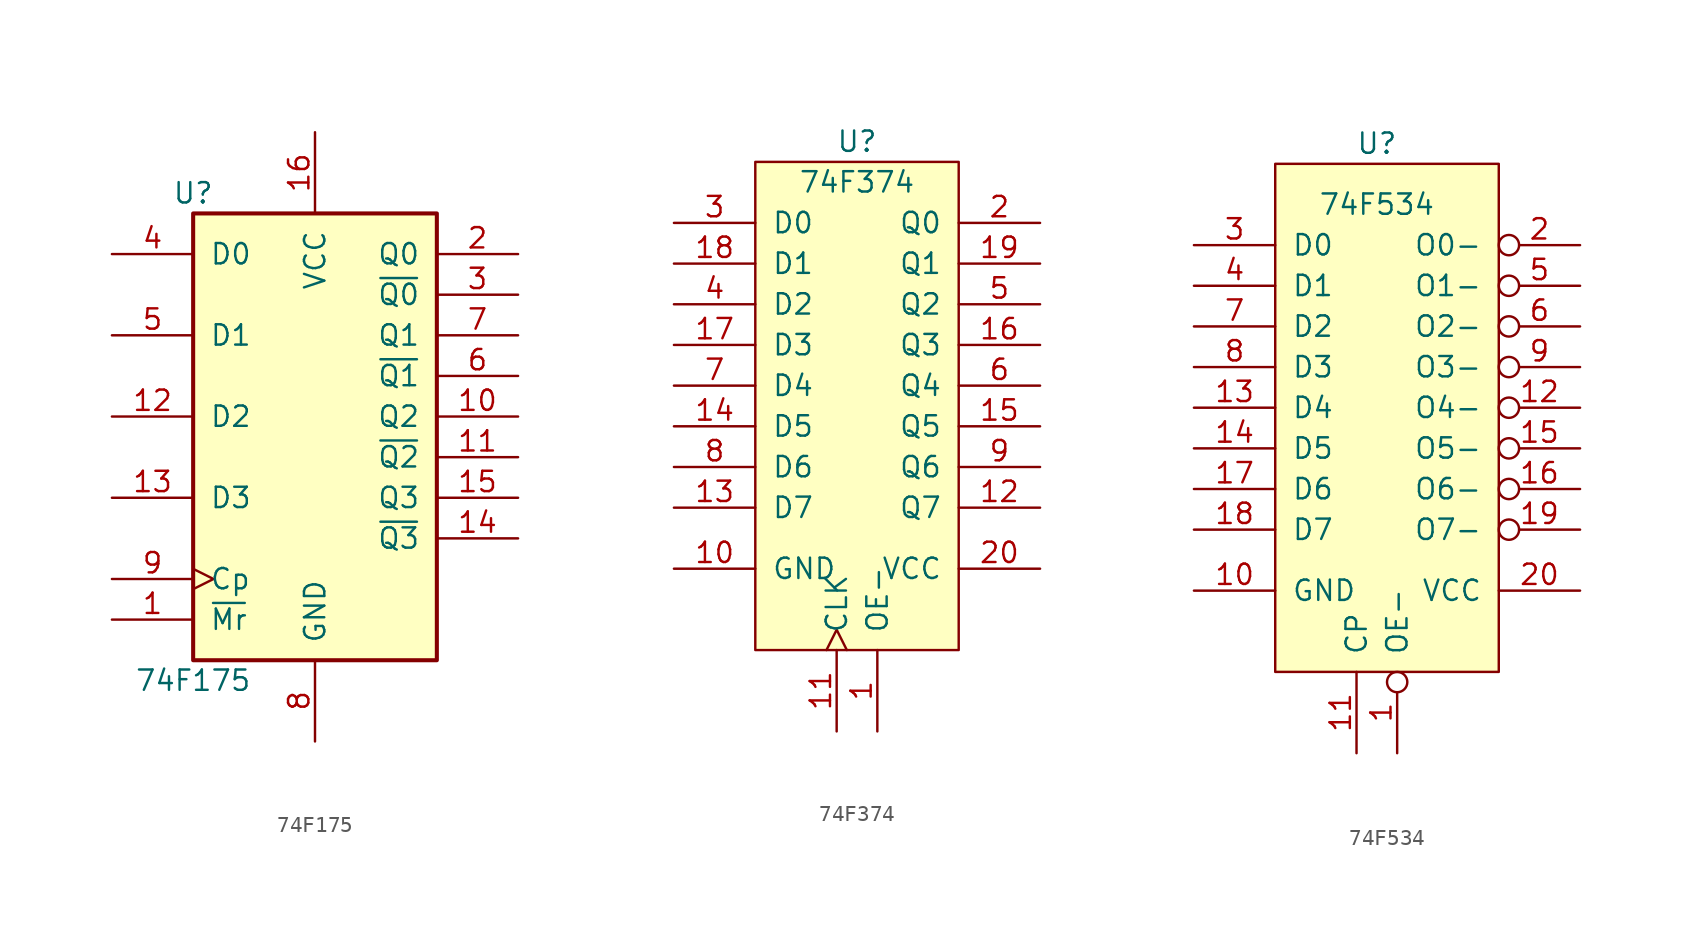
<source format=kicad_sym>
(kicad_symbol_lib
  (version 20231120)
  (generator "kicad_symbol_editor")
  (generator_version "8.0")
  (symbol "74F175"
    (pin_names
      (offset 1.016))
    (property "Reference" "U"
      (at -7.62 13.97 0)
      (effects (font (size 1.27 1.27))))
    (property "Value" "74F175"
      (at -7.62 -16.51 0)
      (effects (font (size 1.27 1.27))))
    (symbol "74F175_1_0"
      (pin input line (at -12.7 -12.7 0) (length 5.08) (name "~{Mr}" (effects (font (size 1.27 1.27)))) (number "1" (effects (font (size 1.27 1.27)))))
      (pin output line (at 12.7 0 180) (length 5.08) (name "Q2" (effects (font (size 1.27 1.27)))) (number "10" (effects (font (size 1.27 1.27)))))
      (pin output line (at 12.7 -2.54 180) (length 5.08) (name "~{Q2}" (effects (font (size 1.27 1.27)))) (number "11" (effects (font (size 1.27 1.27)))))
      (pin input line (at -12.7 0 0) (length 5.08) (name "D2" (effects (font (size 1.27 1.27)))) (number "12" (effects (font (size 1.27 1.27)))))
      (pin input line (at -12.7 -5.08 0) (length 5.08) (name "D3" (effects (font (size 1.27 1.27)))) (number "13" (effects (font (size 1.27 1.27)))))
      (pin output line (at 12.7 -7.62 180) (length 5.08) (name "~{Q3}" (effects (font (size 1.27 1.27)))) (number "14" (effects (font (size 1.27 1.27)))))
      (pin output line (at 12.7 -5.08 180) (length 5.08) (name "Q3" (effects (font (size 1.27 1.27)))) (number "15" (effects (font (size 1.27 1.27)))))
      (pin power_in line (at 0 17.78 270) (length 5.08) (name "VCC" (effects (font (size 1.27 1.27)))) (number "16" (effects (font (size 1.27 1.27)))))
      (pin output line (at 12.7 10.16 180) (length 5.08) (name "Q0" (effects (font (size 1.27 1.27)))) (number "2" (effects (font (size 1.27 1.27)))))
      (pin output line (at 12.7 7.62 180) (length 5.08) (name "~{Q0}" (effects (font (size 1.27 1.27)))) (number "3" (effects (font (size 1.27 1.27)))))
      (pin input line (at -12.7 10.16 0) (length 5.08) (name "D0" (effects (font (size 1.27 1.27)))) (number "4" (effects (font (size 1.27 1.27)))))
      (pin input line (at -12.7 5.08 0) (length 5.08) (name "D1" (effects (font (size 1.27 1.27)))) (number "5" (effects (font (size 1.27 1.27)))))
      (pin output line (at 12.7 2.54 180) (length 5.08) (name "~{Q1}" (effects (font (size 1.27 1.27)))) (number "6" (effects (font (size 1.27 1.27)))))
      (pin output line (at 12.7 5.08 180) (length 5.08) (name "Q1" (effects (font (size 1.27 1.27)))) (number "7" (effects (font (size 1.27 1.27)))))
      (pin power_in line (at 0 -20.32 90) (length 5.08) (name "GND" (effects (font (size 1.27 1.27)))) (number "8" (effects (font (size 1.27 1.27)))))
      (pin input clock (at -12.7 -10.16 0) (length 5.08) (name "Cp" (effects (font (size 1.27 1.27)))) (number "9" (effects (font (size 1.27 1.27))))))
    (symbol "74F175_1_1"
      (rectangle (start -7.62 12.7) (end 7.62 -15.24) (stroke (width 0.254) (type solid)) (fill (type background)))))
  (symbol "74F374"
    (pin_names
      (offset 1.016))
    (property "Reference" "U"
      (at 0 2.54 0)
      (effects (font (size 1.27 1.27))))
    (property "Value" "74F374"
      (at 0 0 0)
      (effects (font (size 1.27 1.27))))
    (symbol "74F374_0_1"
      (rectangle (start -6.35 1.27) (end 6.35 -29.21) (stroke (width 0) (type solid)) (fill (type background))))
    (symbol "74F374_1_1"
      (pin input line (at 1.27 -34.29 90) (length 5.08) (name "OE-" (effects (font (size 1.27 1.27)))) (number "1" (effects (font (size 1.27 1.27)))))
      (pin power_in line (at -11.43 -24.13 0) (length 5.08) (name "GND" (effects (font (size 1.27 1.27)))) (number "10" (effects (font (size 1.27 1.27)))))
      (pin input clock (at -1.27 -34.29 90) (length 5.08) (name "CLK" (effects (font (size 1.27 1.27)))) (number "11" (effects (font (size 1.27 1.27)))))
      (pin output line (at 11.43 -20.32 180) (length 5.08) (name "Q7" (effects (font (size 1.27 1.27)))) (number "12" (effects (font (size 1.27 1.27)))))
      (pin input line (at -11.43 -20.32 0) (length 5.08) (name "D7" (effects (font (size 1.27 1.27)))) (number "13" (effects (font (size 1.27 1.27)))))
      (pin input line (at -11.43 -15.24 0) (length 5.08) (name "D5" (effects (font (size 1.27 1.27)))) (number "14" (effects (font (size 1.27 1.27)))))
      (pin output line (at 11.43 -15.24 180) (length 5.08) (name "Q5" (effects (font (size 1.27 1.27)))) (number "15" (effects (font (size 1.27 1.27)))))
      (pin output line (at 11.43 -10.16 180) (length 5.08) (name "Q3" (effects (font (size 1.27 1.27)))) (number "16" (effects (font (size 1.27 1.27)))))
      (pin input line (at -11.43 -10.16 0) (length 5.08) (name "D3" (effects (font (size 1.27 1.27)))) (number "17" (effects (font (size 1.27 1.27)))))
      (pin input line (at -11.43 -5.08 0) (length 5.08) (name "D1" (effects (font (size 1.27 1.27)))) (number "18" (effects (font (size 1.27 1.27)))))
      (pin output line (at 11.43 -5.08 180) (length 5.08) (name "Q1" (effects (font (size 1.27 1.27)))) (number "19" (effects (font (size 1.27 1.27)))))
      (pin output line (at 11.43 -2.54 180) (length 5.08) (name "Q0" (effects (font (size 1.27 1.27)))) (number "2" (effects (font (size 1.27 1.27)))))
      (pin power_in line (at 11.43 -24.13 180) (length 5.08) (name "VCC" (effects (font (size 1.27 1.27)))) (number "20" (effects (font (size 1.27 1.27)))))
      (pin input line (at -11.43 -2.54 0) (length 5.08) (name "D0" (effects (font (size 1.27 1.27)))) (number "3" (effects (font (size 1.27 1.27)))))
      (pin input line (at -11.43 -7.62 0) (length 5.08) (name "D2" (effects (font (size 1.27 1.27)))) (number "4" (effects (font (size 1.27 1.27)))))
      (pin output line (at 11.43 -7.62 180) (length 5.08) (name "Q2" (effects (font (size 1.27 1.27)))) (number "5" (effects (font (size 1.27 1.27)))))
      (pin output line (at 11.43 -12.7 180) (length 5.08) (name "Q4" (effects (font (size 1.27 1.27)))) (number "6" (effects (font (size 1.27 1.27)))))
      (pin input line (at -11.43 -12.7 0) (length 5.08) (name "D4" (effects (font (size 1.27 1.27)))) (number "7" (effects (font (size 1.27 1.27)))))
      (pin input line (at -11.43 -17.78 0) (length 5.08) (name "D6" (effects (font (size 1.27 1.27)))) (number "8" (effects (font (size 1.27 1.27)))))
      (pin output line (at 11.43 -17.78 180) (length 5.08) (name "Q6" (effects (font (size 1.27 1.27)))) (number "9" (effects (font (size 1.27 1.27)))))))
  (symbol "74F534"
    (pin_names
      (offset 1.016))
    (property "Reference" "U"
      (at 0 3.81 0)
      (effects (font (size 1.27 1.27))))
    (property "Value" "74F534"
      (at 0 0 0)
      (effects (font (size 1.27 1.27))))
    (symbol "74F534_0_1"
      (rectangle (start -6.35 2.54) (end 7.62 -29.21) (stroke (width 0) (type solid)) (fill (type background))))
    (symbol "74F534_1_1"
      (pin input inverted (at 1.27 -34.29 90) (length 5.08) (name "OE-" (effects (font (size 1.27 1.27)))) (number "1" (effects (font (size 1.27 1.27)))))
      (pin power_in line (at -11.43 -24.13 0) (length 5.08) (name "GND" (effects (font (size 1.27 1.27)))) (number "10" (effects (font (size 1.27 1.27)))))
      (pin input line (at -1.27 -34.29 90) (length 5.08) (name "CP" (effects (font (size 1.27 1.27)))) (number "11" (effects (font (size 1.27 1.27)))))
      (pin tri_state inverted (at 12.7 -12.7 180) (length 5.08) (name "O4-" (effects (font (size 1.27 1.27)))) (number "12" (effects (font (size 1.27 1.27)))))
      (pin input line (at -11.43 -12.7 0) (length 5.08) (name "D4" (effects (font (size 1.27 1.27)))) (number "13" (effects (font (size 1.27 1.27)))))
      (pin input line (at -11.43 -15.24 0) (length 5.08) (name "D5" (effects (font (size 1.27 1.27)))) (number "14" (effects (font (size 1.27 1.27)))))
      (pin tri_state inverted (at 12.7 -15.24 180) (length 5.08) (name "O5-" (effects (font (size 1.27 1.27)))) (number "15" (effects (font (size 1.27 1.27)))))
      (pin tri_state inverted (at 12.7 -17.78 180) (length 5.08) (name "O6-" (effects (font (size 1.27 1.27)))) (number "16" (effects (font (size 1.27 1.27)))))
      (pin input line (at -11.43 -17.78 0) (length 5.08) (name "D6" (effects (font (size 1.27 1.27)))) (number "17" (effects (font (size 1.27 1.27)))))
      (pin input line (at -11.43 -20.32 0) (length 5.08) (name "D7" (effects (font (size 1.27 1.27)))) (number "18" (effects (font (size 1.27 1.27)))))
      (pin tri_state inverted (at 12.7 -20.32 180) (length 5.08) (name "O7-" (effects (font (size 1.27 1.27)))) (number "19" (effects (font (size 1.27 1.27)))))
      (pin tri_state inverted (at 12.7 -2.54 180) (length 5.08) (name "O0-" (effects (font (size 1.27 1.27)))) (number "2" (effects (font (size 1.27 1.27)))))
      (pin power_in line (at 12.7 -24.13 180) (length 5.08) (name "VCC" (effects (font (size 1.27 1.27)))) (number "20" (effects (font (size 1.27 1.27)))))
      (pin input line (at -11.43 -2.54 0) (length 5.08) (name "D0" (effects (font (size 1.27 1.27)))) (number "3" (effects (font (size 1.27 1.27)))))
      (pin input line (at -11.43 -5.08 0) (length 5.08) (name "D1" (effects (font (size 1.27 1.27)))) (number "4" (effects (font (size 1.27 1.27)))))
      (pin tri_state inverted (at 12.7 -5.08 180) (length 5.08) (name "O1-" (effects (font (size 1.27 1.27)))) (number "5" (effects (font (size 1.27 1.27)))))
      (pin tri_state inverted (at 12.7 -7.62 180) (length 5.08) (name "O2-" (effects (font (size 1.27 1.27)))) (number "6" (effects (font (size 1.27 1.27)))))
      (pin input line (at -11.43 -7.62 0) (length 5.08) (name "D2" (effects (font (size 1.27 1.27)))) (number "7" (effects (font (size 1.27 1.27)))))
      (pin input line (at -11.43 -10.16 0) (length 5.08) (name "D3" (effects (font (size 1.27 1.27)))) (number "8" (effects (font (size 1.27 1.27)))))
      (pin tri_state inverted (at 12.7 -10.16 180) (length 5.08) (name "O3-" (effects (font (size 1.27 1.27)))) (number "9" (effects (font (size 1.27 1.27))))))))
</source>
